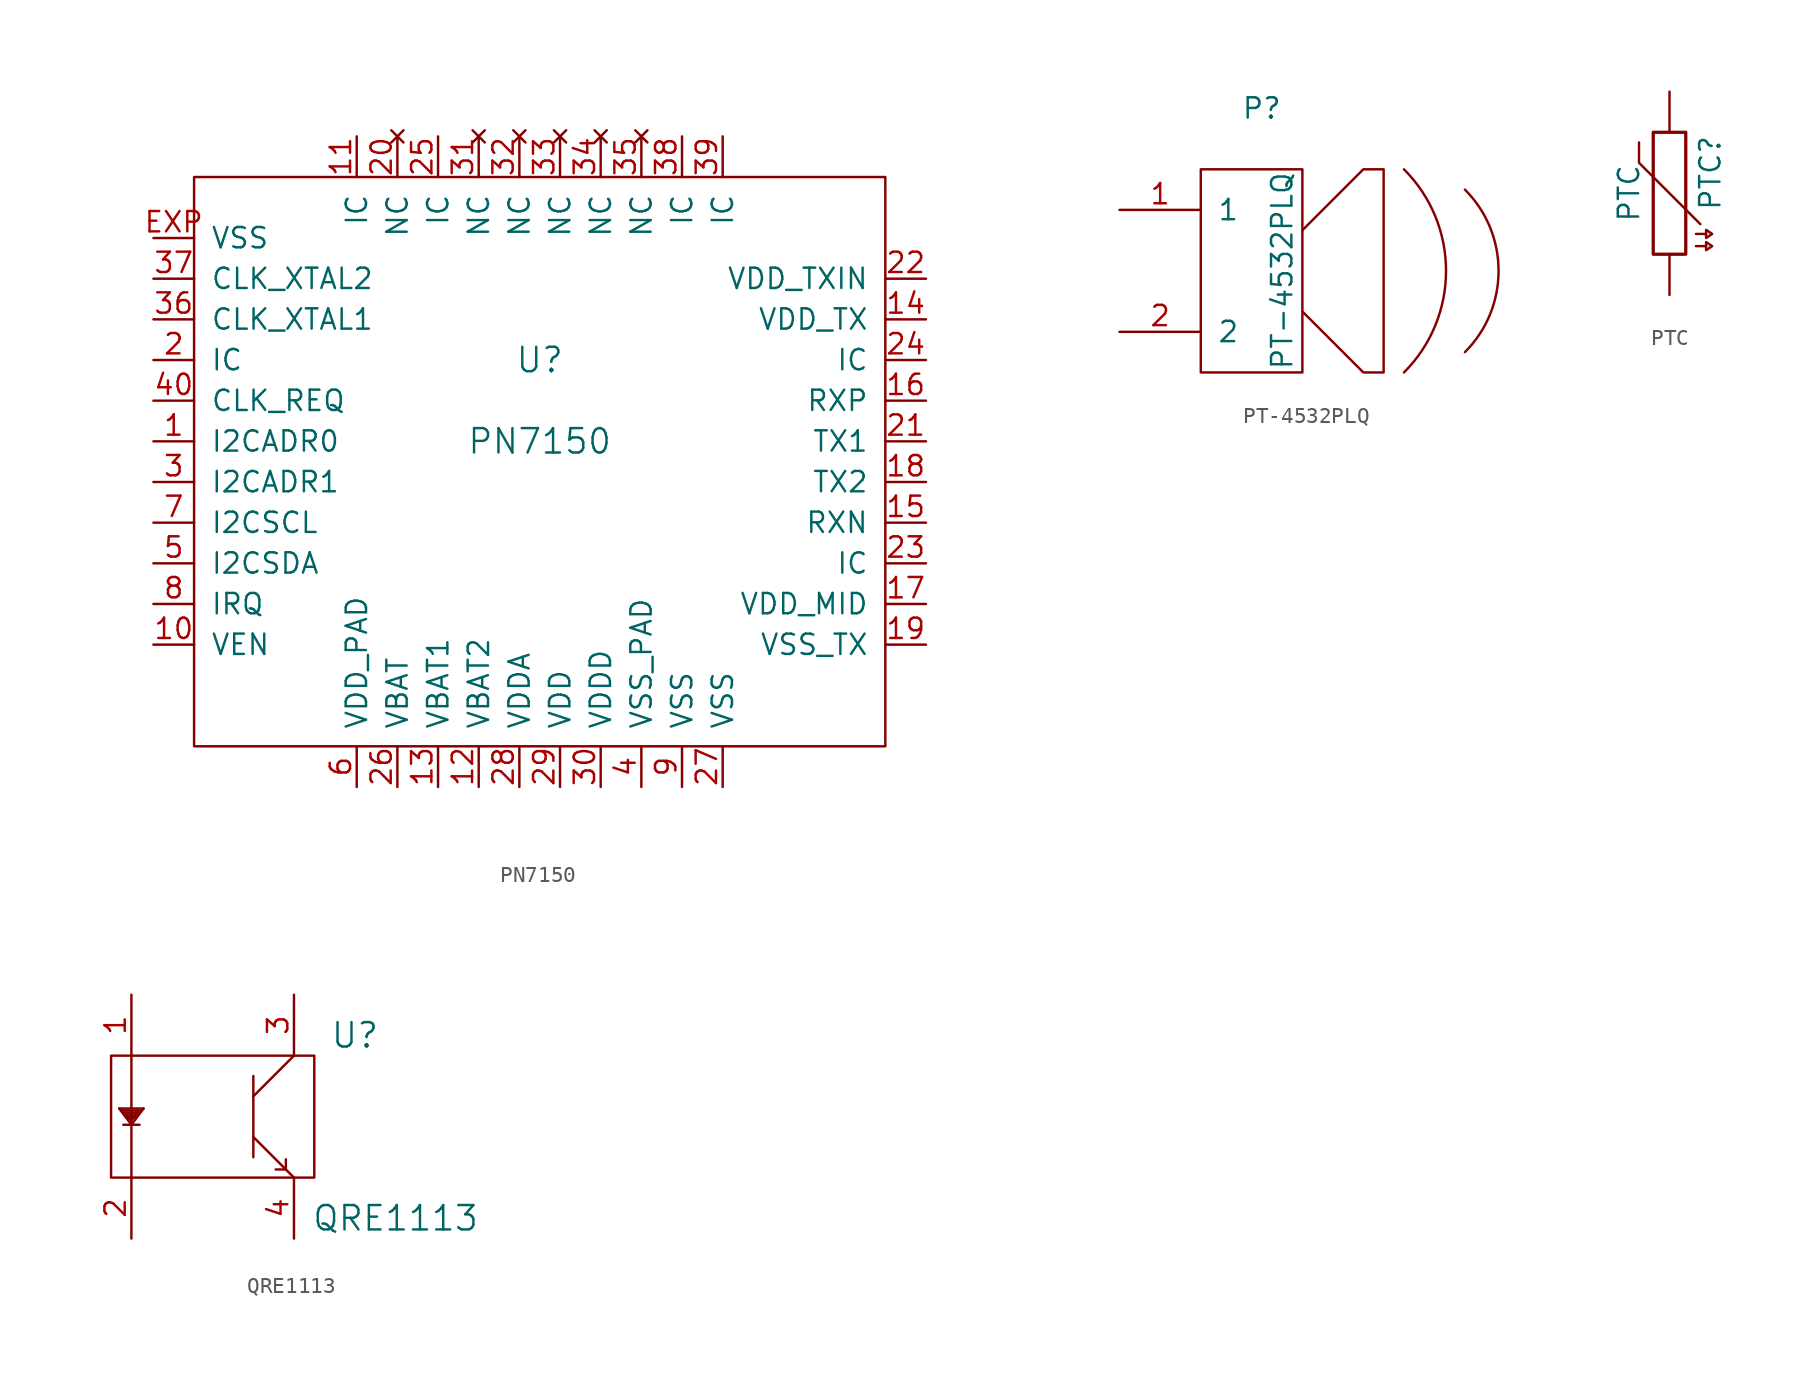
<source format=kicad_sym>
(kicad_symbol_lib
  (version 20210619)
  (generator kicad_symbol_editor)
  (symbol "tinkerforge:PN7150"
    (pin_names
      (offset 1.016))
    (property "Reference" "U"
      (at 0 5.08 0)
      (effects (font (size 1.524 1.524))))
    (property "Value" "PN7150"
      (at 0 0 0)
      (effects (font (size 1.524 1.524))))
    (symbol "PN7150_0_1"
      (rectangle (start -21.59 16.51) (end 21.59 -19.05) (stroke (width 0)) (fill (type none))))
    (symbol "PN7150_1_1"
      (pin passive line (at -24.13 0 0) (length 2.54) (name "I2CADR0" (effects (font (size 1.27 1.27)))) (number "1" (effects (font (size 1.27 1.27)))))
      (pin passive line (at -24.13 -12.7 0) (length 2.54) (name "VEN" (effects (font (size 1.27 1.27)))) (number "10" (effects (font (size 1.27 1.27)))))
      (pin passive line (at -11.43 19.05 270) (length 2.54) (name "IC" (effects (font (size 1.27 1.27)))) (number "11" (effects (font (size 1.27 1.27)))))
      (pin passive line (at -3.81 -21.59 90) (length 2.54) (name "VBAT2" (effects (font (size 1.27 1.27)))) (number "12" (effects (font (size 1.27 1.27)))))
      (pin passive line (at -6.35 -21.59 90) (length 2.54) (name "VBAT1" (effects (font (size 1.27 1.27)))) (number "13" (effects (font (size 1.27 1.27)))))
      (pin passive line (at 24.13 7.62 180) (length 2.54) (name "VDD_TX" (effects (font (size 1.27 1.27)))) (number "14" (effects (font (size 1.27 1.27)))))
      (pin passive line (at 24.13 -5.08 180) (length 2.54) (name "RXN" (effects (font (size 1.27 1.27)))) (number "15" (effects (font (size 1.27 1.27)))))
      (pin passive line (at 24.13 2.54 180) (length 2.54) (name "RXP" (effects (font (size 1.27 1.27)))) (number "16" (effects (font (size 1.27 1.27)))))
      (pin passive line (at 24.13 -10.16 180) (length 2.54) (name "VDD_MID" (effects (font (size 1.27 1.27)))) (number "17" (effects (font (size 1.27 1.27)))))
      (pin passive line (at 24.13 -2.54 180) (length 2.54) (name "TX2" (effects (font (size 1.27 1.27)))) (number "18" (effects (font (size 1.27 1.27)))))
      (pin passive line (at 24.13 -12.7 180) (length 2.54) (name "VSS_TX" (effects (font (size 1.27 1.27)))) (number "19" (effects (font (size 1.27 1.27)))))
      (pin passive line (at -24.13 5.08 0) (length 2.54) (name "IC" (effects (font (size 1.27 1.27)))) (number "2" (effects (font (size 1.27 1.27)))))
      (pin no_connect line (at -8.89 19.05 270) (length 2.54) (name "NC" (effects (font (size 1.27 1.27)))) (number "20" (effects (font (size 1.27 1.27)))))
      (pin passive line (at 24.13 0 180) (length 2.54) (name "TX1" (effects (font (size 1.27 1.27)))) (number "21" (effects (font (size 1.27 1.27)))))
      (pin passive line (at 24.13 10.16 180) (length 2.54) (name "VDD_TXIN" (effects (font (size 1.27 1.27)))) (number "22" (effects (font (size 1.27 1.27)))))
      (pin passive line (at 24.13 -7.62 180) (length 2.54) (name "IC" (effects (font (size 1.27 1.27)))) (number "23" (effects (font (size 1.27 1.27)))))
      (pin passive line (at 24.13 5.08 180) (length 2.54) (name "IC" (effects (font (size 1.27 1.27)))) (number "24" (effects (font (size 1.27 1.27)))))
      (pin passive line (at -6.35 19.05 270) (length 2.54) (name "IC" (effects (font (size 1.27 1.27)))) (number "25" (effects (font (size 1.27 1.27)))))
      (pin passive line (at -8.89 -21.59 90) (length 2.54) (name "VBAT" (effects (font (size 1.27 1.27)))) (number "26" (effects (font (size 1.27 1.27)))))
      (pin passive line (at 11.43 -21.59 90) (length 2.54) (name "VSS" (effects (font (size 1.27 1.27)))) (number "27" (effects (font (size 1.27 1.27)))))
      (pin passive line (at -1.27 -21.59 90) (length 2.54) (name "VDDA" (effects (font (size 1.27 1.27)))) (number "28" (effects (font (size 1.27 1.27)))))
      (pin passive line (at 1.27 -21.59 90) (length 2.54) (name "VDD" (effects (font (size 1.27 1.27)))) (number "29" (effects (font (size 1.27 1.27)))))
      (pin passive line (at -24.13 -2.54 0) (length 2.54) (name "I2CADR1" (effects (font (size 1.27 1.27)))) (number "3" (effects (font (size 1.27 1.27)))))
      (pin passive line (at 3.81 -21.59 90) (length 2.54) (name "VDDD" (effects (font (size 1.27 1.27)))) (number "30" (effects (font (size 1.27 1.27)))))
      (pin no_connect line (at -3.81 19.05 270) (length 2.54) (name "NC" (effects (font (size 1.27 1.27)))) (number "31" (effects (font (size 1.27 1.27)))))
      (pin no_connect line (at -1.27 19.05 270) (length 2.54) (name "NC" (effects (font (size 1.27 1.27)))) (number "32" (effects (font (size 1.27 1.27)))))
      (pin no_connect line (at 1.27 19.05 270) (length 2.54) (name "NC" (effects (font (size 1.27 1.27)))) (number "33" (effects (font (size 1.27 1.27)))))
      (pin no_connect line (at 3.81 19.05 270) (length 2.54) (name "NC" (effects (font (size 1.27 1.27)))) (number "34" (effects (font (size 1.27 1.27)))))
      (pin no_connect line (at 6.35 19.05 270) (length 2.54) (name "NC" (effects (font (size 1.27 1.27)))) (number "35" (effects (font (size 1.27 1.27)))))
      (pin passive line (at -24.13 7.62 0) (length 2.54) (name "CLK_XTAL1" (effects (font (size 1.27 1.27)))) (number "36" (effects (font (size 1.27 1.27)))))
      (pin passive line (at -24.13 10.16 0) (length 2.54) (name "CLK_XTAL2" (effects (font (size 1.27 1.27)))) (number "37" (effects (font (size 1.27 1.27)))))
      (pin passive line (at 8.89 19.05 270) (length 2.54) (name "IC" (effects (font (size 1.27 1.27)))) (number "38" (effects (font (size 1.27 1.27)))))
      (pin passive line (at 11.43 19.05 270) (length 2.54) (name "IC" (effects (font (size 1.27 1.27)))) (number "39" (effects (font (size 1.27 1.27)))))
      (pin passive line (at 6.35 -21.59 90) (length 2.54) (name "VSS_PAD" (effects (font (size 1.27 1.27)))) (number "4" (effects (font (size 1.27 1.27)))))
      (pin passive line (at -24.13 2.54 0) (length 2.54) (name "CLK_REQ" (effects (font (size 1.27 1.27)))) (number "40" (effects (font (size 1.27 1.27)))))
      (pin passive line (at -24.13 -7.62 0) (length 2.54) (name "I2CSDA" (effects (font (size 1.27 1.27)))) (number "5" (effects (font (size 1.27 1.27)))))
      (pin passive line (at -11.43 -21.59 90) (length 2.54) (name "VDD_PAD" (effects (font (size 1.27 1.27)))) (number "6" (effects (font (size 1.27 1.27)))))
      (pin passive line (at -24.13 -5.08 0) (length 2.54) (name "I2CSCL" (effects (font (size 1.27 1.27)))) (number "7" (effects (font (size 1.27 1.27)))))
      (pin passive line (at -24.13 -10.16 0) (length 2.54) (name "IRQ" (effects (font (size 1.27 1.27)))) (number "8" (effects (font (size 1.27 1.27)))))
      (pin passive line (at 8.89 -21.59 90) (length 2.54) (name "VSS" (effects (font (size 1.27 1.27)))) (number "9" (effects (font (size 1.27 1.27)))))
      (pin passive line (at -24.13 12.7 0) (length 2.54) (name "VSS" (effects (font (size 1.27 1.27)))) (number "EXP" (effects (font (size 1.27 1.27)))))))
  (symbol "tinkerforge:PT-4532PLQ"
    (pin_names
      (offset 1.016))
    (property "Reference" "P"
      (at 0 10.16 0)
      (effects (font (size 1.27 1.27))))
    (property "Value" "PT-4532PLQ"
      (at 1.27 0 90)
      (effects (font (size 1.27 1.27))))
    (symbol "PT-4532PLQ_0_1"
      (arc (start 8.89 6.35) (end 8.89 -6.35) (radius (at 2.54 0) (length 8.9916) (angles 45 -45)) (stroke (width 0)) (fill (type none)))
      (arc (start 12.7 5.08) (end 12.7 -5.08) (radius (at 7.62 0) (length 7.1882) (angles 45 -45)) (stroke (width 0)) (fill (type none)))
      (rectangle (start -3.81 6.35) (end 2.54 -6.35) (stroke (width 0)) (fill (type none)))
      (polyline (pts (xy 2.54 2.54) (xy 6.35 6.35) (xy 7.62 6.35) (xy 7.62 -6.35) (xy 6.35 -6.35) (xy 2.54 -2.54)) (stroke (width 0)) (fill (type none))))
    (symbol "PT-4532PLQ_1_1"
      (pin input line (at -8.89 3.81 0) (length 5.08) (name "1" (effects (font (size 1.27 1.27)))) (number "1" (effects (font (size 1.27 1.27)))))
      (pin input line (at -8.89 -3.81 0) (length 5.08) (name "2" (effects (font (size 1.27 1.27)))) (number "2" (effects (font (size 1.27 1.27)))))))
  (symbol "tinkerforge:PTC"
    (pin_numbers hide)
    (pin_names
      (offset 0))
    (property "Reference" "PTC"
      (at 2.54 1.27 90)
      (effects (font (size 1.27 1.27))))
    (property "Value" "PTC"
      (at -2.54 0 90)
      (effects (font (size 1.27 1.27))))
    (property "Footprint" ""
      (at 0 0 0)
      (effects (font (size 1.524 1.524))))
    (property "Datasheet" ""
      (at 0 0 0)
      (effects (font (size 1.524 1.524))))
    (symbol "PTC_0_1"
      (rectangle (start -1.016 3.81) (end 1.016 -3.81) (stroke (width 0.203)) (fill (type none)))
      (polyline (pts (xy 1.651 -3.302) (xy 2.286 -3.302)) (stroke (width 0)) (fill (type none)))
      (polyline (pts (xy 1.651 -2.54) (xy 2.286 -2.54)) (stroke (width 0)) (fill (type none)))
      (polyline (pts (xy -1.905 3.175) (xy -1.905 1.905) (xy 1.905 -1.905) (xy 1.93 -1.93)) (stroke (width 0)) (fill (type none)))
      (polyline (pts (xy 2.286 -3.048) (xy 2.286 -3.556) (xy 2.667 -3.302) (xy 2.286 -3.048)) (stroke (width 0)) (fill (type none)))
      (polyline (pts (xy 2.286 -2.286) (xy 2.286 -2.794) (xy 2.667 -2.54) (xy 2.286 -2.286)) (stroke (width 0)) (fill (type none))))
    (symbol "PTC_1_1"
      (pin passive line (at 0 6.35 270) (length 2.54) (name "~" (effects (font (size 1.524 1.524)))) (number "1" (effects (font (size 1.524 1.524)))))
      (pin passive line (at 0 -6.35 90) (length 2.54) (name "~" (effects (font (size 1.524 1.524)))) (number "2" (effects (font (size 1.524 1.524)))))))
  (symbol "tinkerforge:QRE1113"
    (pin_names
      (offset 1.016))
    (property "Reference" "U"
      (at 8.89 5.08 0)
      (effects (font (size 1.524 1.524))))
    (property "Value" "QRE1113"
      (at 11.43 -6.35 0)
      (effects (font (size 1.524 1.524))))
    (property "Footprint" ""
      (at 0 0 0)
      (effects (font (size 1.524 1.524))))
    (property "Datasheet" ""
      (at 0 0 0)
      (effects (font (size 1.524 1.524))))
    (symbol "QRE1113_0_1"
      (rectangle (start -6.35 3.81) (end 6.35 -3.81) (stroke (width 0)) (fill (type none)))
      (polyline (pts (xy -5.842 0.508) (xy -5.08 -0.508) (xy -5.08 -0.508)) (stroke (width 0)) (fill (type none)))
      (polyline (pts (xy -5.842 0.508) (xy -4.318 0.508) (xy -4.318 0.508)) (stroke (width 0)) (fill (type none)))
      (polyline (pts (xy -5.715 0.381) (xy -4.445 0.381) (xy -4.445 0.381)) (stroke (width 0)) (fill (type none)))
      (polyline (pts (xy -5.588 -0.508) (xy -4.572 -0.508) (xy -4.572 -0.508)) (stroke (width 0)) (fill (type none)))
      (polyline (pts (xy -5.588 0.254) (xy -4.572 0.254) (xy -4.572 0.254)) (stroke (width 0)) (fill (type none)))
      (polyline (pts (xy -5.461 0.127) (xy -4.699 0.127) (xy -4.699 0.127)) (stroke (width 0)) (fill (type none)))
      (polyline (pts (xy -5.334 0) (xy -4.826 0) (xy -4.826 0)) (stroke (width 0)) (fill (type none)))
      (polyline (pts (xy -5.08 -0.508) (xy -4.318 0.508) (xy -4.318 0.508)) (stroke (width 0)) (fill (type none)))
      (polyline (pts (xy -5.08 -0.254) (xy -5.461 0.127) (xy -5.461 0.127)) (stroke (width 0)) (fill (type none)))
      (polyline (pts (xy -5.08 -0.254) (xy -4.699 0.254) (xy -4.699 0.254)) (stroke (width 0)) (fill (type none)))
      (polyline (pts (xy 2.54 -1.27) (xy 5.08 -3.81) (xy 5.08 -3.81)) (stroke (width 0)) (fill (type none)))
      (polyline (pts (xy 2.54 1.27) (xy 5.08 3.81) (xy 5.08 3.81)) (stroke (width 0)) (fill (type none)))
      (polyline (pts (xy 2.54 2.54) (xy 2.54 -2.54) (xy 2.54 -2.54)) (stroke (width 0)) (fill (type none)))
      (polyline (pts (xy 4.572 -3.302) (xy 3.937 -3.302) (xy 3.937 -3.302)) (stroke (width 0)) (fill (type none)))
      (polyline (pts (xy 4.572 -3.302) (xy 4.572 -2.667) (xy 4.572 -2.667)) (stroke (width 0)) (fill (type none)))
      (polyline (pts (xy -5.08 3.81) (xy -5.08 -3.81) (xy -5.08 -3.81) (xy -5.08 -3.81)) (stroke (width 0)) (fill (type none))))
    (symbol "QRE1113_1_1"
      (pin passive line (at -5.08 7.62 270) (length 3.81) (name "~" (effects (font (size 1.27 1.27)))) (number "1" (effects (font (size 1.27 1.27)))))
      (pin passive line (at -5.08 -7.62 90) (length 3.81) (name "~" (effects (font (size 1.27 1.27)))) (number "2" (effects (font (size 1.27 1.27)))))
      (pin passive line (at 5.08 7.62 270) (length 3.81) (name "~" (effects (font (size 1.27 1.27)))) (number "3" (effects (font (size 1.27 1.27)))))
      (pin passive line (at 5.08 -7.62 90) (length 3.81) (name "~" (effects (font (size 1.27 1.27)))) (number "4" (effects (font (size 1.27 1.27))))))))
</source>
